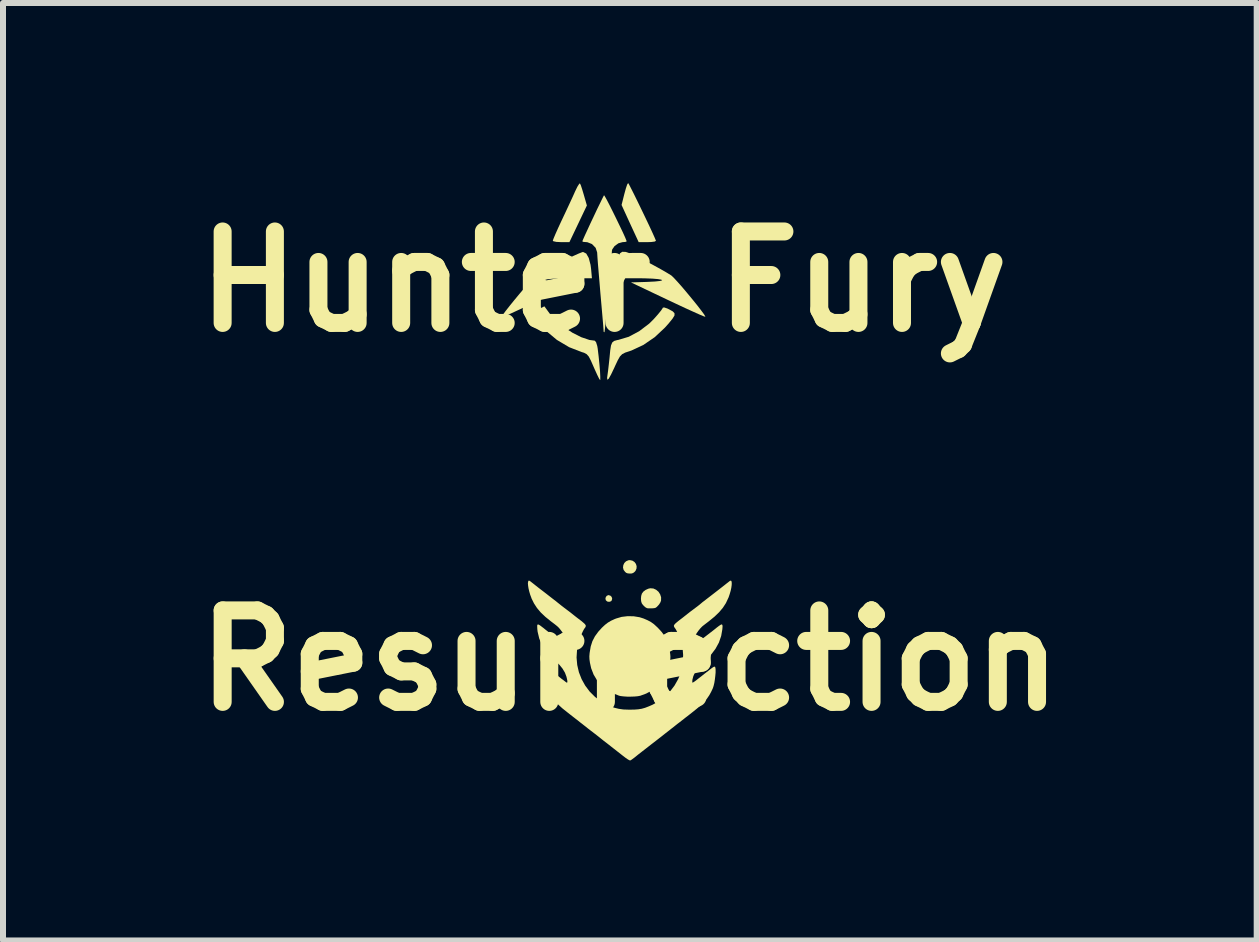
<source format=kicad_pcb>
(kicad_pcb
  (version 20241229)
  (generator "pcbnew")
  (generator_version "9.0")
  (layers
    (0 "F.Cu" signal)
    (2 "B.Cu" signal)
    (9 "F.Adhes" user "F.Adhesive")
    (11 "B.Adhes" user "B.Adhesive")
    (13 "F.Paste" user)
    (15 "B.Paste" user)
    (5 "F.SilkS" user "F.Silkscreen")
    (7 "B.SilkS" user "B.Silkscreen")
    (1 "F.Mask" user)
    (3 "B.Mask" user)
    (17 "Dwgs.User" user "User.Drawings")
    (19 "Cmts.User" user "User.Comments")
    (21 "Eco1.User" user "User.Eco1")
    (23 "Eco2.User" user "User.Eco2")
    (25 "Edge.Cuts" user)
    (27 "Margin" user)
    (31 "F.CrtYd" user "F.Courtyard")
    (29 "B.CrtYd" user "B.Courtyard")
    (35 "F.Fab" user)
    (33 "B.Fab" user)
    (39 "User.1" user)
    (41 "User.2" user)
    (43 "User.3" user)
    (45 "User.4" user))
  (footprint "Resurrection"
    (layer "F.Cu")
    (at 7.446 7.957)
    (property "Reference" "Resurrection" (at 0 0 0) (layer "F.SilkS") (effects (font (size 1.524 1.524) (thickness 0.3))))
    (attr board_only exclude_from_pos_files exclude_from_bom)
    (fp_poly (pts (xy -0.325 -1.081) (xy -0.304 -1.061) (xy -0.295 -1.034) (xy -0.296 -1.023) (xy -0.303 -1.001) (xy -0.309 -0.991) (xy -0.334 -0.979) (xy -0.365 -0.98) (xy -0.379 -0.985) (xy -0.4 -1.004) (xy -0.407 -1.03) (xy -0.401 -1.056) (xy -0.385 -1.078) (xy -0.36 -1.089) (xy -0.353 -1.089)) (stroke (width 0) (type solid)) (fill yes) (layer "F.SilkS"))
    (fp_poly (pts (xy 0.043 -1.664) (xy 0.077 -1.642) (xy 0.101 -1.61) (xy 0.113 -1.572) (xy 0.111 -1.533) (xy 0.095 -1.495) (xy 0.078 -1.476) (xy 0.054 -1.458) (xy 0.027 -1.45) (xy 0 -1.449) (xy -0.035 -1.452) (xy -0.06 -1.461) (xy -0.078 -1.476) (xy -0.104 -1.51) (xy -0.114 -1.549) (xy -0.109 -1.589) (xy -0.092 -1.625) (xy -0.064 -1.653) (xy -0.026 -1.67) (xy 0 -1.673)) (stroke (width 0) (type solid)) (fill yes) (layer "F.SilkS"))
    (fp_poly (pts (xy 0.392 -1.2) (xy 0.438 -1.179) (xy 0.477 -1.146) (xy 0.505 -1.103) (xy 0.521 -1.053) (xy 0.52 -0.999) (xy 0.519 -0.996) (xy 0.508 -0.967) (xy 0.487 -0.934) (xy 0.473 -0.918) (xy 0.45 -0.894) (xy 0.432 -0.88) (xy 0.41 -0.873) (xy 0.378 -0.87) (xy 0.37 -0.87) (xy 0.333 -0.869) (xy 0.303 -0.87) (xy 0.287 -0.872) (xy 0.262 -0.885) (xy 0.234 -0.909) (xy 0.209 -0.938) (xy 0.198 -0.955) (xy 0.188 -0.989) (xy 0.185 -1.032) (xy 0.189 -1.076) (xy 0.2 -1.113) (xy 0.2 -1.114) (xy 0.225 -1.148) (xy 0.264 -1.177) (xy 0.309 -1.197) (xy 0.341 -1.204)) (stroke (width 0) (type solid)) (fill yes) (layer "F.SilkS"))
    (fp_poly (pts (xy 0.065 -0.737) (xy 0.163 -0.721) (xy 0.229 -0.7) (xy 0.296 -0.671) (xy 0.352 -0.641) (xy 0.401 -0.606) (xy 0.45 -0.561) (xy 0.467 -0.545) (xy 0.532 -0.474) (xy 0.581 -0.406) (xy 0.618 -0.336) (xy 0.645 -0.258) (xy 0.664 -0.169) (xy 0.666 -0.153) (xy 0.673 -0.105) (xy 0.676 -0.067) (xy 0.675 -0.031) (xy 0.67 0.01) (xy 0.666 0.033) (xy 0.638 0.148) (xy 0.594 0.252) (xy 0.535 0.346) (xy 0.461 0.428) (xy 0.373 0.496) (xy 0.272 0.551) (xy 0.174 0.587) (xy 0.133 0.595) (xy 0.079 0.6) (xy 0.018 0.602) (xy -0.046 0.602) (xy -0.105 0.598) (xy -0.155 0.592) (xy -0.18 0.586) (xy -0.291 0.542) (xy -0.39 0.484) (xy -0.476 0.413) (xy -0.547 0.329) (xy -0.604 0.234) (xy -0.645 0.128) (xy -0.665 0.037) (xy -0.673 -0.02) (xy -0.675 -0.069) (xy -0.671 -0.12) (xy -0.669 -0.135) (xy -0.652 -0.234) (xy -0.624 -0.322) (xy -0.582 -0.403) (xy -0.526 -0.48) (xy -0.467 -0.545) (xy -0.416 -0.593) (xy -0.367 -0.631) (xy -0.315 -0.662) (xy -0.252 -0.691) (xy -0.229 -0.7) (xy -0.137 -0.727) (xy -0.037 -0.739)) (stroke (width 0) (type solid)) (fill yes) (layer "F.SilkS"))
    (fp_poly (pts (xy 1.694 -1.32) (xy 1.698 -1.294) (xy 1.697 -1.258) (xy 1.691 -1.213) (xy 1.68 -1.162) (xy 1.664 -1.107) (xy 1.645 -1.051) (xy 1.64 -1.041) (xy 1.601 -0.957) (xy 1.551 -0.88) (xy 1.488 -0.805) (xy 1.411 -0.731) (xy 1.318 -0.655) (xy 1.313 -0.651) (xy 1.275 -0.622) (xy 1.24 -0.595) (xy 1.213 -0.574) (xy 1.202 -0.564) (xy 1.175 -0.536) (xy 1.144 -0.498) (xy 1.115 -0.457) (xy 1.093 -0.421) (xy 1.09 -0.413) (xy 1.078 -0.384) (xy 1.066 -0.349) (xy 1.057 -0.313) (xy 1.051 -0.283) (xy 1.049 -0.263) (xy 1.051 -0.257) (xy 1.056 -0.255) (xy 1.061 -0.255) (xy 1.071 -0.26) (xy 1.086 -0.269) (xy 1.108 -0.286) (xy 1.142 -0.311) (xy 1.187 -0.346) (xy 1.205 -0.36) (xy 1.249 -0.393) (xy 1.289 -0.424) (xy 1.322 -0.449) (xy 1.344 -0.467) (xy 1.351 -0.471) (xy 1.37 -0.486) (xy 1.399 -0.509) (xy 1.433 -0.536) (xy 1.446 -0.547) (xy 1.487 -0.578) (xy 1.516 -0.597) (xy 1.533 -0.602) (xy 1.542 -0.592) (xy 1.545 -0.568) (xy 1.542 -0.529) (xy 1.542 -0.524) (xy 1.522 -0.409) (xy 1.484 -0.299) (xy 1.427 -0.195) (xy 1.352 -0.096) (xy 1.258 -0.003) (xy 1.218 0.03) (xy 1.168 0.079) (xy 1.122 0.136) (xy 1.085 0.199) (xy 1.057 0.263) (xy 1.042 0.322) (xy 1.041 0.348) (xy 1.04 0.357) (xy 1.041 0.364) (xy 1.043 0.368) (xy 1.049 0.367) (xy 1.061 0.361) (xy 1.078 0.35) (xy 1.104 0.331) (xy 1.139 0.303) (xy 1.186 0.267) (xy 1.244 0.221) (xy 1.31 0.17) (xy 1.352 0.137) (xy 1.382 0.115) (xy 1.401 0.104) (xy 1.414 0.102) (xy 1.421 0.108) (xy 1.425 0.121) (xy 1.426 0.122) (xy 1.429 0.155) (xy 1.429 0.201) (xy 1.424 0.256) (xy 1.417 0.315) (xy 1.408 0.372) (xy 1.396 0.422) (xy 1.384 0.46) (xy 1.381 0.466) (xy 1.373 0.484) (xy 1.36 0.511) (xy 1.356 0.52) (xy 1.325 0.577) (xy 1.288 0.631) (xy 1.242 0.686) (xy 1.186 0.742) (xy 1.116 0.803) (xy 1.045 0.86) (xy 1.002 0.894) (xy 0.96 0.927) (xy 0.923 0.955) (xy 0.897 0.976) (xy 0.895 0.978) (xy 0.862 1.003) (xy 0.825 1.032) (xy 0.797 1.053) (xy 0.763 1.08) (xy 0.722 1.113) (xy 0.681 1.144) (xy 0.676 1.149) (xy 0.596 1.211) (xy 0.528 1.265) (xy 0.466 1.313) (xy 0.407 1.359) (xy 0.36 1.395) (xy 0.273 1.463) (xy 0.198 1.521) (xy 0.134 1.571) (xy 0.085 1.611) (xy 0.068 1.624) (xy 0.041 1.644) (xy 0.018 1.66) (xy 0.008 1.665) (xy -0.006 1.663) (xy -0.033 1.648) (xy -0.071 1.622) (xy -0.114 1.589) (xy -0.216 1.509) (xy -0.304 1.44) (xy -0.379 1.381) (xy -0.439 1.335) (xy -0.484 1.299) (xy -0.51 1.278) (xy -0.543 1.252) (xy -0.583 1.221) (xy -0.622 1.191) (xy -0.622 1.191) (xy -0.655 1.166) (xy -0.683 1.144) (xy -0.703 1.129) (xy -0.705 1.127) (xy -0.722 1.113) (xy -0.749 1.092) (xy -0.781 1.067) (xy -0.788 1.061) (xy -0.825 1.033) (xy -0.862 1.003) (xy -0.893 0.979) (xy -0.895 0.978) (xy -0.919 0.959) (xy -0.955 0.931) (xy -0.996 0.899) (xy -1.039 0.865) (xy -1.041 0.864) (xy -1.127 0.795) (xy -1.197 0.731) (xy -1.255 0.671) (xy -1.301 0.613) (xy -1.338 0.555) (xy -1.356 0.52) (xy -1.369 0.493) (xy -1.379 0.471) (xy -1.381 0.466) (xy -1.394 0.431) (xy -1.405 0.384) (xy -1.415 0.328) (xy -1.423 0.269) (xy -1.428 0.213) (xy -1.43 0.164) (xy -1.427 0.128) (xy -1.426 0.122) (xy -1.421 0.108) (xy -1.414 0.102) (xy -1.402 0.103) (xy -1.383 0.114) (xy -1.354 0.135) (xy -1.312 0.168) (xy -1.31 0.17) (xy -1.24 0.225) (xy -1.183 0.269) (xy -1.139 0.304) (xy -1.105 0.329) (xy -1.081 0.348) (xy -1.065 0.36) (xy -1.054 0.367) (xy -1.049 0.369) (xy -1.048 0.37) (xy -1.041 0.361) (xy -1.042 0.336) (xy -1.05 0.296) (xy -1.057 0.268) (xy -1.082 0.202) (xy -1.122 0.135) (xy -1.172 0.073) (xy -1.218 0.03) (xy -1.319 -0.06) (xy -1.401 -0.157) (xy -1.465 -0.259) (xy -1.51 -0.367) (xy -1.537 -0.48) (xy -1.542 -0.524) (xy -1.544 -0.565) (xy -1.543 -0.591) (xy -1.534 -0.601) (xy -1.518 -0.598) (xy -1.491 -0.581) (xy -1.451 -0.55) (xy -1.446 -0.547) (xy -1.412 -0.519) (xy -1.38 -0.494) (xy -1.357 -0.476) (xy -1.351 -0.471) (xy -1.334 -0.459) (xy -1.306 -0.437) (xy -1.269 -0.408) (xy -1.226 -0.376) (xy -1.205 -0.36) (xy -1.155 -0.321) (xy -1.118 -0.293) (xy -1.092 -0.274) (xy -1.075 -0.262) (xy -1.064 -0.256) (xy -1.057 -0.255) (xy -1.053 -0.256) (xy -1.051 -0.257) (xy -1.049 -0.268) (xy -1.053 -0.293) (xy -1.06 -0.326) (xy -1.07 -0.361) (xy -1.082 -0.395) (xy -1.09 -0.413) (xy -1.109 -0.448) (xy -1.137 -0.488) (xy -1.168 -0.528) (xy -1.196 -0.559) (xy -1.202 -0.564) (xy -1.222 -0.581) (xy -1.252 -0.605) (xy -1.289 -0.633) (xy -1.313 -0.651) (xy -1.407 -0.727) (xy -1.485 -0.801) (xy -1.548 -0.876) (xy -1.598 -0.953) (xy -1.639 -1.036) (xy -1.64 -1.041) (xy -1.661 -1.097) (xy -1.677 -1.152) (xy -1.689 -1.204) (xy -1.696 -1.25) (xy -1.699 -1.288) (xy -1.695 -1.316) (xy -1.687 -1.331) (xy -1.672 -1.329) (xy -1.669 -1.327) (xy -1.656 -1.318) (xy -1.632 -1.299) (xy -1.6 -1.274) (xy -1.575 -1.254) (xy -1.523 -1.213) (xy -1.467 -1.17) (xy -1.403 -1.121) (xy -1.33 -1.064) (xy -1.263 -1.012) (xy -1.229 -0.986) (xy -1.201 -0.963) (xy -1.182 -0.948) (xy -1.177 -0.944) (xy -1.167 -0.936) (xy -1.146 -0.919) (xy -1.116 -0.896) (xy -1.089 -0.875) (xy -1.049 -0.845) (xy -1.02 -0.823) (xy -1.001 -0.809) (xy -0.987 -0.798) (xy -0.976 -0.789) (xy -0.964 -0.78) (xy -0.953 -0.771) (xy -0.928 -0.751) (xy -0.895 -0.725) (xy -0.86 -0.698) (xy -0.856 -0.695) (xy -0.807 -0.658) (xy -0.773 -0.629) (xy -0.75 -0.608) (xy -0.738 -0.591) (xy -0.734 -0.578) (xy -0.735 -0.57) (xy -0.743 -0.551) (xy -0.748 -0.545) (xy -0.762 -0.526) (xy -0.781 -0.491) (xy -0.804 -0.441) (xy -0.813 -0.418) (xy -0.835 -0.365) (xy -0.85 -0.324) (xy -0.861 -0.288) (xy -0.869 -0.252) (xy -0.876 -0.21) (xy -0.88 -0.175) (xy -0.888 -0.05) (xy -0.877 0.074) (xy -0.849 0.195) (xy -0.804 0.31) (xy -0.744 0.418) (xy -0.669 0.518) (xy -0.581 0.606) (xy -0.481 0.681) (xy -0.414 0.719) (xy -0.332 0.759) (xy -0.258 0.787) (xy -0.185 0.805) (xy -0.108 0.816) (xy -0.019 0.819) (xy 0 0.819) (xy 0.076 0.818) (xy 0.14 0.813) (xy 0.197 0.804) (xy 0.254 0.788) (xy 0.316 0.764) (xy 0.378 0.737) (xy 0.484 0.679) (xy 0.582 0.605) (xy 0.669 0.517) (xy 0.744 0.418) (xy 0.805 0.31) (xy 0.839 0.225) (xy 0.867 0.123) (xy 0.883 0.015) (xy 0.888 -0.092) (xy 0.88 -0.195) (xy 0.861 -0.288) (xy 0.859 -0.297) (xy 0.842 -0.347) (xy 0.822 -0.398) (xy 0.801 -0.448) (xy 0.781 -0.491) (xy 0.763 -0.524) (xy 0.75 -0.543) (xy 0.748 -0.545) (xy 0.74 -0.557) (xy 0.735 -0.57) (xy 0.734 -0.582) (xy 0.74 -0.595) (xy 0.755 -0.613) (xy 0.781 -0.636) (xy 0.819 -0.667) (xy 0.856 -0.695) (xy 0.891 -0.722) (xy 0.925 -0.749) (xy 0.951 -0.769) (xy 0.953 -0.771) (xy 0.968 -0.783) (xy 0.98 -0.792) (xy 0.991 -0.801) (xy 1.006 -0.813) (xy 1.028 -0.829) (xy 1.06 -0.853) (xy 1.089 -0.875) (xy 1.124 -0.901) (xy 1.152 -0.923) (xy 1.171 -0.938) (xy 1.177 -0.944) (xy 1.186 -0.951) (xy 1.207 -0.969) (xy 1.237 -0.992) (xy 1.263 -1.012) (xy 1.346 -1.076) (xy 1.417 -1.131) (xy 1.479 -1.179) (xy 1.534 -1.222) (xy 1.575 -1.254) (xy 1.61 -1.282) (xy 1.64 -1.305) (xy 1.661 -1.322) (xy 1.669 -1.327) (xy 1.685 -1.332)) (stroke (width 0) (type solid)) (fill yes) (layer "F.SilkS")))
  (footprint "Hunter Fury"
    (layer "F.Cu")
    (at 7.01 1.642)
    (property "Reference" "Hunter Fury" (at 0 0 0) (layer "F.SilkS") (effects (font (size 1.524 1.524) (thickness 0.3))))
    (attr board_only exclude_from_pos_files exclude_from_bom)
    (fp_poly (pts (xy -0.381 -1.605) (xy -0.358 -1.535) (xy -0.331 -1.445) (xy -0.28 -1.268) (xy -0.571 -0.657) (xy -0.71 -0.657) (xy -0.788 -0.661) (xy -0.839 -0.672) (xy -0.848 -0.681) (xy -0.837 -0.713) (xy -0.807 -0.785) (xy -0.762 -0.886) (xy -0.706 -1.007) (xy -0.695 -1.03) (xy -0.63 -1.168) (xy -0.567 -1.303) (xy -0.513 -1.42) (xy -0.476 -1.503) (xy -0.439 -1.579) (xy -0.409 -1.627) (xy -0.396 -1.636)) (stroke (width 0) (type solid)) (fill yes) (layer "F.SilkS"))
    (fp_poly (pts (xy 0.422 -1.619) (xy 0.455 -1.555) (xy 0.503 -1.46) (xy 0.561 -1.342) (xy 0.624 -1.212) (xy 0.689 -1.077) (xy 0.751 -0.947) (xy 0.805 -0.831) (xy 0.847 -0.738) (xy 0.871 -0.68) (xy 0.852 -0.667) (xy 0.792 -0.659) (xy 0.732 -0.657) (xy 0.583 -0.657) (xy 0.44 -0.966) (xy 0.298 -1.276) (xy 0.344 -1.459) (xy 0.369 -1.55) (xy 0.391 -1.616) (xy 0.407 -1.642) (xy 0.407 -1.642)) (stroke (width 0) (type solid)) (fill yes) (layer "F.SilkS"))
    (fp_poly (pts (xy -0.89 0.547) (xy -0.792 0.655) (xy -0.664 0.759) (xy -0.52 0.853) (xy -0.374 0.927) (xy -0.238 0.973) (xy -0.149 0.985) (xy -0.127 1.01) (xy -0.107 1.074) (xy -0.1 1.115) (xy -0.084 1.249) (xy -0.071 1.379) (xy -0.061 1.494) (xy -0.057 1.582) (xy -0.057 1.634) (xy -0.06 1.642) (xy -0.076 1.619) (xy -0.107 1.556) (xy -0.148 1.466) (xy -0.167 1.423) (xy -0.214 1.316) (xy -0.249 1.249) (xy -0.284 1.21) (xy -0.326 1.187) (xy -0.369 1.174) (xy -0.577 1.093) (xy -0.78 0.972) (xy -0.961 0.821) (xy -1.069 0.699) (xy -1.125 0.621) (xy -1.164 0.56) (xy -1.177 0.529) (xy -1.155 0.502) (xy -1.099 0.466) (xy -1.083 0.458) (xy -0.988 0.413)) (stroke (width 0) (type solid)) (fill yes) (layer "F.SilkS"))
    (fp_poly (pts (xy 1.061 0.449) (xy 1.095 0.466) (xy 1.151 0.497) (xy 1.18 0.527) (xy 1.18 0.565) (xy 1.147 0.619) (xy 1.082 0.699) (xy 1.021 0.767) (xy 0.853 0.925) (xy 0.662 1.056) (xy 0.465 1.148) (xy 0.431 1.16) (xy 0.358 1.184) (xy 0.308 1.21) (xy 0.271 1.248) (xy 0.235 1.311) (xy 0.188 1.411) (xy 0.182 1.425) (xy 0.124 1.547) (xy 0.084 1.618) (xy 0.062 1.637) (xy 0.057 1.605) (xy 0.064 1.553) (xy 0.074 1.48) (xy 0.086 1.375) (xy 0.097 1.273) (xy 0.109 1.147) (xy 0.122 1.065) (xy 0.142 1.016) (xy 0.173 0.99) (xy 0.222 0.976) (xy 0.248 0.971) (xy 0.418 0.92) (xy 0.592 0.827) (xy 0.757 0.702) (xy 0.833 0.627) (xy 0.904 0.547) (xy 0.957 0.482) (xy 0.984 0.441) (xy 0.985 0.436) (xy 1.007 0.431)) (stroke (width 0) (type solid)) (fill yes) (layer "F.SilkS"))
    (fp_poly (pts (xy 0.368 -0.494) (xy 0.454 -0.464) (xy 0.576 -0.406) (xy 0.706 -0.339) (xy 0.838 -0.268) (xy 0.958 -0.202) (xy 1.055 -0.146) (xy 1.118 -0.107) (xy 1.129 -0.1) (xy 1.168 -0.063) (xy 1.23 0.004) (xy 1.307 0.091) (xy 1.392 0.192) (xy 1.478 0.296) (xy 1.559 0.396) (xy 1.626 0.483) (xy 1.674 0.548) (xy 1.694 0.584) (xy 1.694 0.587) (xy 1.667 0.579) (xy 1.598 0.55) (xy 1.493 0.503) (xy 1.359 0.442) (xy 1.203 0.369) (xy 1.069 0.306) (xy 0.454 0.014) (xy 0.721 0.006) (xy 0.856 -0.001) (xy 0.939 -0.01) (xy 0.974 -0.02) (xy 0.962 -0.031) (xy 0.906 -0.041) (xy 0.811 -0.049) (xy 0.677 -0.054) (xy 0.571 -0.055) (xy 0.187 -0.055) (xy 0.202 -0.13) (xy 0.215 -0.204) (xy 0.23 -0.3) (xy 0.235 -0.336) (xy 0.25 -0.417) (xy 0.272 -0.471) (xy 0.309 -0.496)) (stroke (width 0) (type solid)) (fill yes) (layer "F.SilkS"))
    (fp_poly (pts (xy -0.291 -0.467) (xy -0.249 -0.393) (xy -0.219 -0.279) (xy -0.21 -0.212) (xy -0.196 -0.055) (xy -0.575 -0.055) (xy -0.727 -0.053) (xy -0.848 -0.047) (xy -0.933 -0.039) (xy -0.971 -0.029) (xy -0.972 -0.027) (xy -0.955 -0.014) (xy -0.886 -0.005) (xy -0.77 -0.000277) (xy -0.722 0) (xy -0.611 0.001) (xy -0.526 0.006) (xy -0.478 0.011) (xy -0.472 0.016) (xy -0.5 0.032) (xy -0.57 0.067) (xy -0.671 0.117) (xy -0.797 0.178) (xy -0.938 0.246) (xy -1.086 0.316) (xy -1.232 0.385) (xy -1.367 0.449) (xy -1.484 0.503) (xy -1.553 0.535) (xy -1.63 0.567) (xy -1.682 0.584) (xy -1.697 0.583) (xy -1.68 0.553) (xy -1.634 0.49) (xy -1.567 0.405) (xy -1.486 0.305) (xy -1.398 0.199) (xy -1.311 0.097) (xy -1.232 0.007) (xy -1.169 -0.062) (xy -1.128 -0.101) (xy -1.126 -0.102) (xy -1.069 -0.139) (xy -0.979 -0.189) (xy -0.867 -0.249) (xy -0.744 -0.312) (xy -0.621 -0.373) (xy -0.508 -0.426) (xy -0.416 -0.467) (xy -0.357 -0.49) (xy -0.343 -0.493)) (stroke (width 0) (type solid)) (fill yes) (layer "F.SilkS"))
    (fp_poly (pts (xy 0.02 -1.419) (xy 0.053 -1.36) (xy 0.099 -1.271) (xy 0.153 -1.163) (xy 0.211 -1.045) (xy 0.267 -0.929) (xy 0.318 -0.823) (xy 0.357 -0.737) (xy 0.379 -0.683) (xy 0.383 -0.669) (xy 0.36 -0.66) (xy 0.315 -0.657) (xy 0.246 -0.638) (xy 0.182 -0.592) (xy 0.142 -0.535) (xy 0.137 -0.511) (xy 0.134 -0.46) (xy 0.128 -0.368) (xy 0.118 -0.244) (xy 0.105 -0.096) (xy 0.091 0.066) (xy 0.076 0.233) (xy 0.06 0.397) (xy 0.046 0.548) (xy 0.033 0.677) (xy 0.022 0.775) (xy 0.015 0.833) (xy 0.012 0.845) (xy -0.000016 0.838) (xy -0.000485 0.833) (xy -0.003 0.799) (xy -0.009 0.719) (xy -0.019 0.601) (xy -0.032 0.453) (xy -0.047 0.282) (xy -0.055 0.192) (xy -0.07 0.01) (xy -0.084 -0.155) (xy -0.096 -0.297) (xy -0.104 -0.405) (xy -0.108 -0.472) (xy -0.109 -0.486) (xy -0.134 -0.562) (xy -0.195 -0.625) (xy -0.273 -0.656) (xy -0.287 -0.657) (xy -0.339 -0.661) (xy -0.356 -0.67) (xy -0.345 -0.698) (xy -0.315 -0.766) (xy -0.271 -0.861) (xy -0.219 -0.974) (xy -0.162 -1.094) (xy -0.107 -1.211) (xy -0.057 -1.313) (xy -0.019 -1.391) (xy 0.003 -1.434) (xy 0.006 -1.439)) (stroke (width 0) (type solid)) (fill yes) (layer "F.SilkS")))
  (gr_rect
    (start -3 -3)
    (end 17.892 12.622)
    (stroke (width 0.1) (type default))
    (fill no)
    (layer "Edge.Cuts")))
</source>
